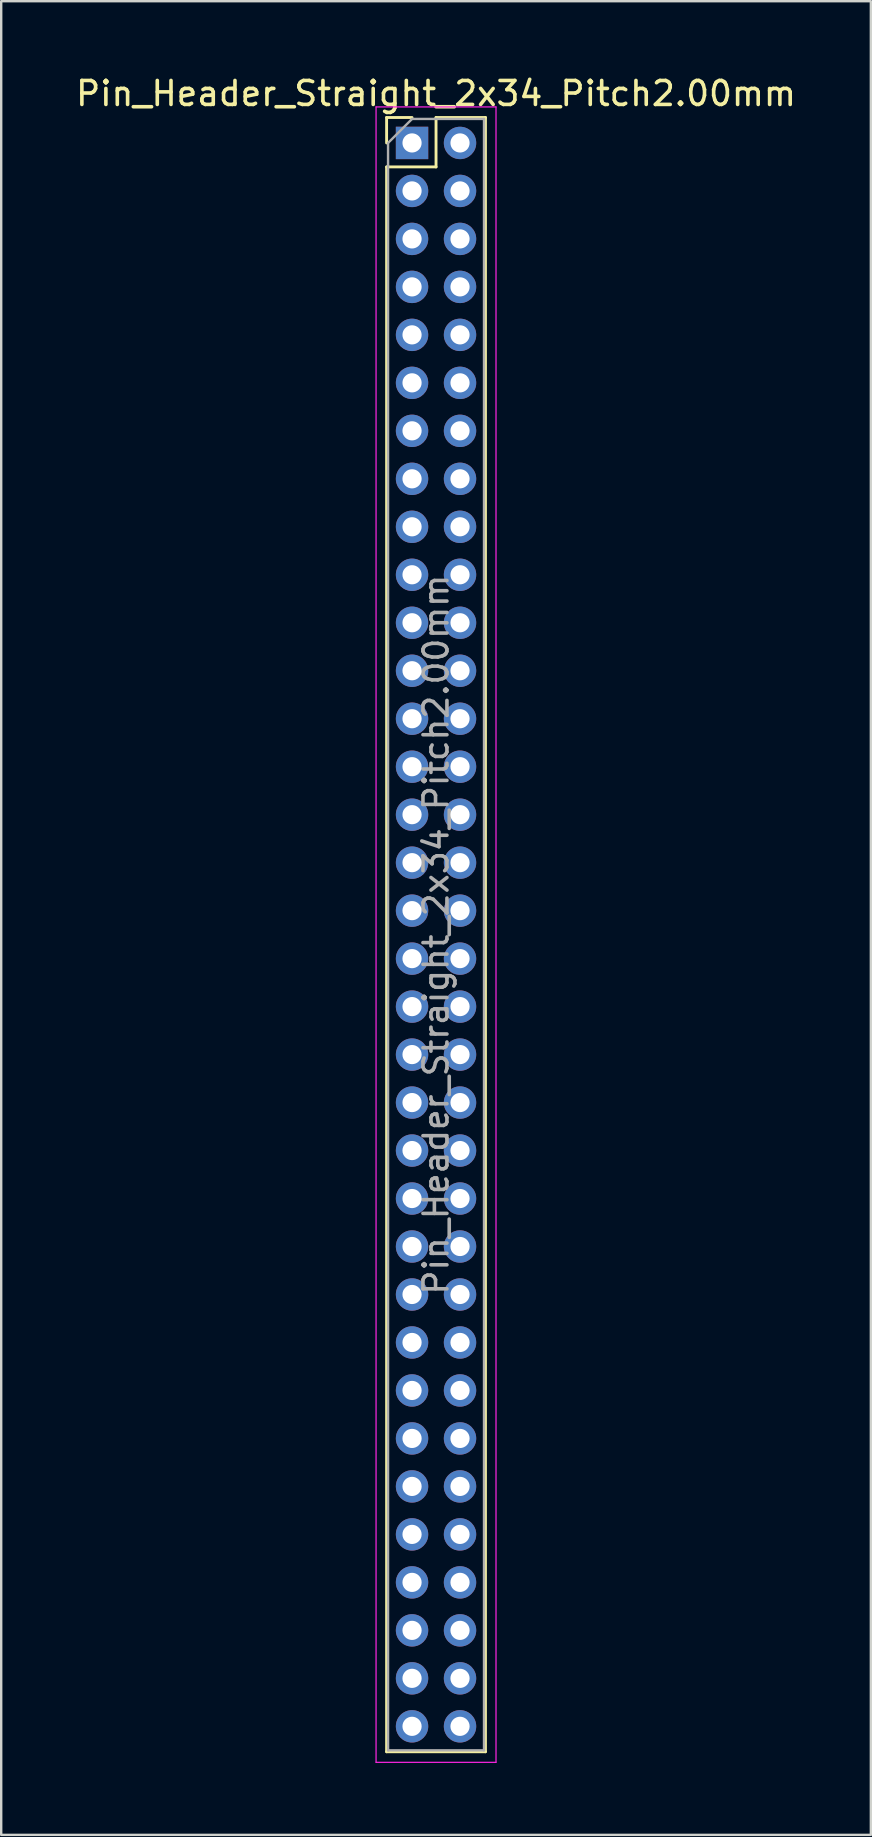
<source format=kicad_pcb>
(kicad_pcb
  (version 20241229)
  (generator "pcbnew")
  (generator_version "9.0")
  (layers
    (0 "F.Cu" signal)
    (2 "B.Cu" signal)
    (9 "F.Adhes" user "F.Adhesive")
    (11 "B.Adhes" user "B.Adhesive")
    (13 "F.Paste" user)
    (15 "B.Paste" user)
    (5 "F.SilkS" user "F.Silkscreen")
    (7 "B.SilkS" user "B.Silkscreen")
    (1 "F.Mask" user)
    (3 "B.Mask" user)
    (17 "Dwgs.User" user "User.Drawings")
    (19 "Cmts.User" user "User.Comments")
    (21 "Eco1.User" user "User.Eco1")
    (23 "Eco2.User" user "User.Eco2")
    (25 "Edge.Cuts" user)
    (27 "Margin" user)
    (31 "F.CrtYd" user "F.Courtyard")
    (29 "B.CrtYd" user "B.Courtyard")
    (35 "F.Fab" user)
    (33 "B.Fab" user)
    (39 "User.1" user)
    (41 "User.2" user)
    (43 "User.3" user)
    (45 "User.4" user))
  (footprint "Pin_Header_Straight_2x34_Pitch2.00mm"
    (layer "F.Cu")
    (at 14.125 2.908)
    (property "Reference" "Pin_Header_Straight_2x34_Pitch2.00mm" (at 1 -2.06 0) (layer "F.SilkS") (effects (font (size 1 1) (thickness 0.15))))
    (attr through_hole)
    (fp_line (start -1.06 -1.06) (end 0 -1.06) (stroke (width 0.12) (type solid)) (layer "F.SilkS"))
    (fp_line (start -1.06 0) (end -1.06 -1.06) (stroke (width 0.12) (type solid)) (layer "F.SilkS"))
    (fp_line (start -1.06 1) (end -1.06 67.06) (stroke (width 0.12) (type solid)) (layer "F.SilkS"))
    (fp_line (start -1.06 1) (end 1 1) (stroke (width 0.12) (type solid)) (layer "F.SilkS"))
    (fp_line (start -1.06 67.06) (end 3.06 67.06) (stroke (width 0.12) (type solid)) (layer "F.SilkS"))
    (fp_line (start 1 -1.06) (end 3.06 -1.06) (stroke (width 0.12) (type solid)) (layer "F.SilkS"))
    (fp_line (start 1 1) (end 1 -1.06) (stroke (width 0.12) (type solid)) (layer "F.SilkS"))
    (fp_line (start 3.06 -1.06) (end 3.06 67.06) (stroke (width 0.12) (type solid)) (layer "F.SilkS"))
    (fp_line (start -1.5 -1.5) (end -1.5 67.5) (stroke (width 0.05) (type solid)) (layer "F.CrtYd"))
    (fp_line (start -1.5 67.5) (end 3.5 67.5) (stroke (width 0.05) (type solid)) (layer "F.CrtYd"))
    (fp_line (start 3.5 -1.5) (end -1.5 -1.5) (stroke (width 0.05) (type solid)) (layer "F.CrtYd"))
    (fp_line (start 3.5 67.5) (end 3.5 -1.5) (stroke (width 0.05) (type solid)) (layer "F.CrtYd"))
    (fp_line (start -1 0) (end 0 -1) (stroke (width 0.1) (type solid)) (layer "F.Fab"))
    (fp_line (start -1 67) (end -1 0) (stroke (width 0.1) (type solid)) (layer "F.Fab"))
    (fp_line (start 0 -1) (end 3 -1) (stroke (width 0.1) (type solid)) (layer "F.Fab"))
    (fp_line (start 3 -1) (end 3 67) (stroke (width 0.1) (type solid)) (layer "F.Fab"))
    (fp_line (start 3 67) (end -1 67) (stroke (width 0.1) (type solid)) (layer "F.Fab"))
    (fp_text user "${REFERENCE}" (at 1 33 90) (layer "F.Fab") (effects (font (size 1 1) (thickness 0.15))))
    (pad "1" thru_hole rect (at 0 0) (size 1.35 1.35) (drill 0.8) (layers "*.Cu" "*.Mask"))
    (pad "2" thru_hole oval (at 2 0) (size 1.35 1.35) (drill 0.8) (layers "*.Cu" "*.Mask"))
    (pad "3" thru_hole oval (at 0 2) (size 1.35 1.35) (drill 0.8) (layers "*.Cu" "*.Mask"))
    (pad "4" thru_hole oval (at 2 2) (size 1.35 1.35) (drill 0.8) (layers "*.Cu" "*.Mask"))
    (pad "5" thru_hole oval (at 0 4) (size 1.35 1.35) (drill 0.8) (layers "*.Cu" "*.Mask"))
    (pad "6" thru_hole oval (at 2 4) (size 1.35 1.35) (drill 0.8) (layers "*.Cu" "*.Mask"))
    (pad "7" thru_hole oval (at 0 6) (size 1.35 1.35) (drill 0.8) (layers "*.Cu" "*.Mask"))
    (pad "8" thru_hole oval (at 2 6) (size 1.35 1.35) (drill 0.8) (layers "*.Cu" "*.Mask"))
    (pad "9" thru_hole oval (at 0 8) (size 1.35 1.35) (drill 0.8) (layers "*.Cu" "*.Mask"))
    (pad "10" thru_hole oval (at 2 8) (size 1.35 1.35) (drill 0.8) (layers "*.Cu" "*.Mask"))
    (pad "11" thru_hole oval (at 0 10) (size 1.35 1.35) (drill 0.8) (layers "*.Cu" "*.Mask"))
    (pad "12" thru_hole oval (at 2 10) (size 1.35 1.35) (drill 0.8) (layers "*.Cu" "*.Mask"))
    (pad "13" thru_hole oval (at 0 12) (size 1.35 1.35) (drill 0.8) (layers "*.Cu" "*.Mask"))
    (pad "14" thru_hole oval (at 2 12) (size 1.35 1.35) (drill 0.8) (layers "*.Cu" "*.Mask"))
    (pad "15" thru_hole oval (at 0 14) (size 1.35 1.35) (drill 0.8) (layers "*.Cu" "*.Mask"))
    (pad "16" thru_hole oval (at 2 14) (size 1.35 1.35) (drill 0.8) (layers "*.Cu" "*.Mask"))
    (pad "17" thru_hole oval (at 0 16) (size 1.35 1.35) (drill 0.8) (layers "*.Cu" "*.Mask"))
    (pad "18" thru_hole oval (at 2 16) (size 1.35 1.35) (drill 0.8) (layers "*.Cu" "*.Mask"))
    (pad "19" thru_hole oval (at 0 18) (size 1.35 1.35) (drill 0.8) (layers "*.Cu" "*.Mask"))
    (pad "20" thru_hole oval (at 2 18) (size 1.35 1.35) (drill 0.8) (layers "*.Cu" "*.Mask"))
    (pad "21" thru_hole oval (at 0 20) (size 1.35 1.35) (drill 0.8) (layers "*.Cu" "*.Mask"))
    (pad "22" thru_hole oval (at 2 20) (size 1.35 1.35) (drill 0.8) (layers "*.Cu" "*.Mask"))
    (pad "23" thru_hole oval (at 0 22) (size 1.35 1.35) (drill 0.8) (layers "*.Cu" "*.Mask"))
    (pad "24" thru_hole oval (at 2 22) (size 1.35 1.35) (drill 0.8) (layers "*.Cu" "*.Mask"))
    (pad "25" thru_hole oval (at 0 24) (size 1.35 1.35) (drill 0.8) (layers "*.Cu" "*.Mask"))
    (pad "26" thru_hole oval (at 2 24) (size 1.35 1.35) (drill 0.8) (layers "*.Cu" "*.Mask"))
    (pad "27" thru_hole oval (at 0 26) (size 1.35 1.35) (drill 0.8) (layers "*.Cu" "*.Mask"))
    (pad "28" thru_hole oval (at 2 26) (size 1.35 1.35) (drill 0.8) (layers "*.Cu" "*.Mask"))
    (pad "29" thru_hole oval (at 0 28) (size 1.35 1.35) (drill 0.8) (layers "*.Cu" "*.Mask"))
    (pad "30" thru_hole oval (at 2 28) (size 1.35 1.35) (drill 0.8) (layers "*.Cu" "*.Mask"))
    (pad "31" thru_hole oval (at 0 30) (size 1.35 1.35) (drill 0.8) (layers "*.Cu" "*.Mask"))
    (pad "32" thru_hole oval (at 2 30) (size 1.35 1.35) (drill 0.8) (layers "*.Cu" "*.Mask"))
    (pad "33" thru_hole oval (at 0 32) (size 1.35 1.35) (drill 0.8) (layers "*.Cu" "*.Mask"))
    (pad "34" thru_hole oval (at 2 32) (size 1.35 1.35) (drill 0.8) (layers "*.Cu" "*.Mask"))
    (pad "35" thru_hole oval (at 0 34) (size 1.35 1.35) (drill 0.8) (layers "*.Cu" "*.Mask"))
    (pad "36" thru_hole oval (at 2 34) (size 1.35 1.35) (drill 0.8) (layers "*.Cu" "*.Mask"))
    (pad "37" thru_hole oval (at 0 36) (size 1.35 1.35) (drill 0.8) (layers "*.Cu" "*.Mask"))
    (pad "38" thru_hole oval (at 2 36) (size 1.35 1.35) (drill 0.8) (layers "*.Cu" "*.Mask"))
    (pad "39" thru_hole oval (at 0 38) (size 1.35 1.35) (drill 0.8) (layers "*.Cu" "*.Mask"))
    (pad "40" thru_hole oval (at 2 38) (size 1.35 1.35) (drill 0.8) (layers "*.Cu" "*.Mask"))
    (pad "41" thru_hole oval (at 0 40) (size 1.35 1.35) (drill 0.8) (layers "*.Cu" "*.Mask"))
    (pad "42" thru_hole oval (at 2 40) (size 1.35 1.35) (drill 0.8) (layers "*.Cu" "*.Mask"))
    (pad "43" thru_hole oval (at 0 42) (size 1.35 1.35) (drill 0.8) (layers "*.Cu" "*.Mask"))
    (pad "44" thru_hole oval (at 2 42) (size 1.35 1.35) (drill 0.8) (layers "*.Cu" "*.Mask"))
    (pad "45" thru_hole oval (at 0 44) (size 1.35 1.35) (drill 0.8) (layers "*.Cu" "*.Mask"))
    (pad "46" thru_hole oval (at 2 44) (size 1.35 1.35) (drill 0.8) (layers "*.Cu" "*.Mask"))
    (pad "47" thru_hole oval (at 0 46) (size 1.35 1.35) (drill 0.8) (layers "*.Cu" "*.Mask"))
    (pad "48" thru_hole oval (at 2 46) (size 1.35 1.35) (drill 0.8) (layers "*.Cu" "*.Mask"))
    (pad "49" thru_hole oval (at 0 48) (size 1.35 1.35) (drill 0.8) (layers "*.Cu" "*.Mask"))
    (pad "50" thru_hole oval (at 2 48) (size 1.35 1.35) (drill 0.8) (layers "*.Cu" "*.Mask"))
    (pad "51" thru_hole oval (at 0 50) (size 1.35 1.35) (drill 0.8) (layers "*.Cu" "*.Mask"))
    (pad "52" thru_hole oval (at 2 50) (size 1.35 1.35) (drill 0.8) (layers "*.Cu" "*.Mask"))
    (pad "53" thru_hole oval (at 0 52) (size 1.35 1.35) (drill 0.8) (layers "*.Cu" "*.Mask"))
    (pad "54" thru_hole oval (at 2 52) (size 1.35 1.35) (drill 0.8) (layers "*.Cu" "*.Mask"))
    (pad "55" thru_hole oval (at 0 54) (size 1.35 1.35) (drill 0.8) (layers "*.Cu" "*.Mask"))
    (pad "56" thru_hole oval (at 2 54) (size 1.35 1.35) (drill 0.8) (layers "*.Cu" "*.Mask"))
    (pad "57" thru_hole oval (at 0 56) (size 1.35 1.35) (drill 0.8) (layers "*.Cu" "*.Mask"))
    (pad "58" thru_hole oval (at 2 56) (size 1.35 1.35) (drill 0.8) (layers "*.Cu" "*.Mask"))
    (pad "59" thru_hole oval (at 0 58) (size 1.35 1.35) (drill 0.8) (layers "*.Cu" "*.Mask"))
    (pad "60" thru_hole oval (at 2 58) (size 1.35 1.35) (drill 0.8) (layers "*.Cu" "*.Mask"))
    (pad "61" thru_hole oval (at 0 60) (size 1.35 1.35) (drill 0.8) (layers "*.Cu" "*.Mask"))
    (pad "62" thru_hole oval (at 2 60) (size 1.35 1.35) (drill 0.8) (layers "*.Cu" "*.Mask"))
    (pad "63" thru_hole oval (at 0 62) (size 1.35 1.35) (drill 0.8) (layers "*.Cu" "*.Mask"))
    (pad "64" thru_hole oval (at 2 62) (size 1.35 1.35) (drill 0.8) (layers "*.Cu" "*.Mask"))
    (pad "65" thru_hole oval (at 0 64) (size 1.35 1.35) (drill 0.8) (layers "*.Cu" "*.Mask"))
    (pad "66" thru_hole oval (at 2 64) (size 1.35 1.35) (drill 0.8) (layers "*.Cu" "*.Mask"))
    (pad "67" thru_hole oval (at 0 66) (size 1.35 1.35) (drill 0.8) (layers "*.Cu" "*.Mask"))
    (pad "68" thru_hole oval (at 2 66) (size 1.35 1.35) (drill 0.8) (layers "*.Cu" "*.Mask")))
  (gr_rect
    (start -3 -3)
    (end 33.25 73.433)
    (stroke (width 0.1) (type default))
    (fill no)
    (layer "Edge.Cuts")))
</source>
